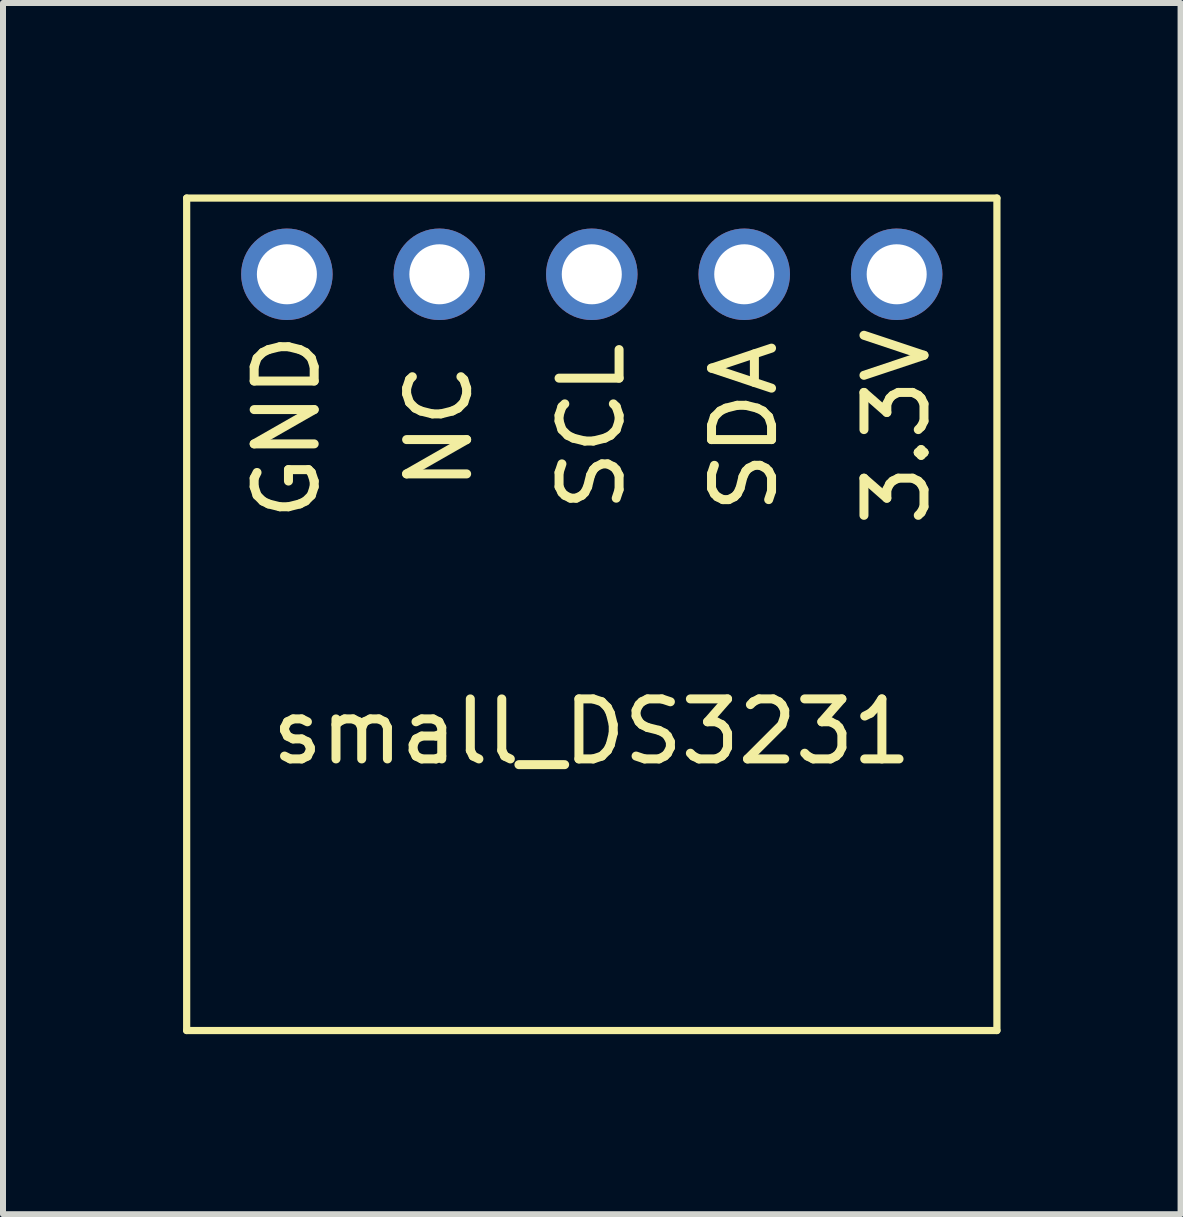
<source format=kicad_pcb>
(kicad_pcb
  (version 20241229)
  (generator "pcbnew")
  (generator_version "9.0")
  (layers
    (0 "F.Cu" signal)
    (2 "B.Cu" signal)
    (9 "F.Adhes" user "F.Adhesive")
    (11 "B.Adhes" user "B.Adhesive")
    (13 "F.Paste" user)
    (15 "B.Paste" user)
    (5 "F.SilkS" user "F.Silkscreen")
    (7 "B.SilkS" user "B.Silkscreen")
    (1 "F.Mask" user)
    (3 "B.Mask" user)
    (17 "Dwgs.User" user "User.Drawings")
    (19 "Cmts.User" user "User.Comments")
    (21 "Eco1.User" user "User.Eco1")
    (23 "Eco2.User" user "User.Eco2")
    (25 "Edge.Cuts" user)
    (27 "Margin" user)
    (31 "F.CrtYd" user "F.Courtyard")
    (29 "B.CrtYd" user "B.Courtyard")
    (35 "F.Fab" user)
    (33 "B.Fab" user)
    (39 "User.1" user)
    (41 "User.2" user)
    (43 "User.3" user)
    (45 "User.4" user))
  (footprint "small_DS3231"
    (layer "F.Cu")
    (at 6.81 0.25)
    (property "Reference" "small_DS3231" (at 0 8.89 0) (layer "F.SilkS") (effects (font (size 1 1) (thickness 0.15))))
    (attr through_hole)
    (fp_line (start -6.75 0) (end -6.75 13.87) (stroke (width 0.12) (type solid)) (layer "F.SilkS"))
    (fp_line (start -6.75 0) (end 6.75 0) (stroke (width 0.12) (type solid)) (layer "F.SilkS"))
    (fp_line (start -6.75 13.87) (end 6.75 13.87) (stroke (width 0.12) (type solid)) (layer "F.SilkS"))
    (fp_line (start 6.75 0) (end 6.75 13.87) (stroke (width 0.12) (type solid)) (layer "F.SilkS"))
    (fp_text user "SDA" (at 2.54 3.81 90) (layer "F.SilkS") (effects (font (size 1 1) (thickness 0.15))))
    (fp_text user "GND" (at -5.08 3.81 90) (layer "F.SilkS") (effects (font (size 1 1) (thickness 0.15))))
    (fp_text user "SCL" (at 0 3.81 90) (layer "F.SilkS") (effects (font (size 1 1) (thickness 0.15))))
    (fp_text user "NC" (at -2.54 3.81 90) (layer "F.SilkS") (effects (font (size 1 1) (thickness 0.15))))
    (fp_text user "3.3V" (at 5.08 3.81 90) (layer "F.SilkS") (effects (font (size 1 1) (thickness 0.15))))
    (pad "1" thru_hole circle (at -5.08 1.27) (size 1.524 1.524) (drill 1) (layers "*.Cu" "*.Mask"))
    (pad "2" thru_hole circle (at -2.54 1.27) (size 1.524 1.524) (drill 1) (layers "*.Cu" "*.Mask"))
    (pad "3" thru_hole circle (at 0 1.27) (size 1.524 1.524) (drill 1) (layers "*.Cu" "*.Mask"))
    (pad "4" thru_hole circle (at 2.54 1.27) (size 1.524 1.524) (drill 1) (layers "*.Cu" "*.Mask"))
    (pad "5" thru_hole circle (at 5.08 1.27) (size 1.524 1.524) (drill 1) (layers "*.Cu" "*.Mask")))
  (gr_rect
    (start -3 -3)
    (end 16.62 17.18)
    (stroke (width 0.1) (type default))
    (fill no)
    (layer "Edge.Cuts")))
</source>
